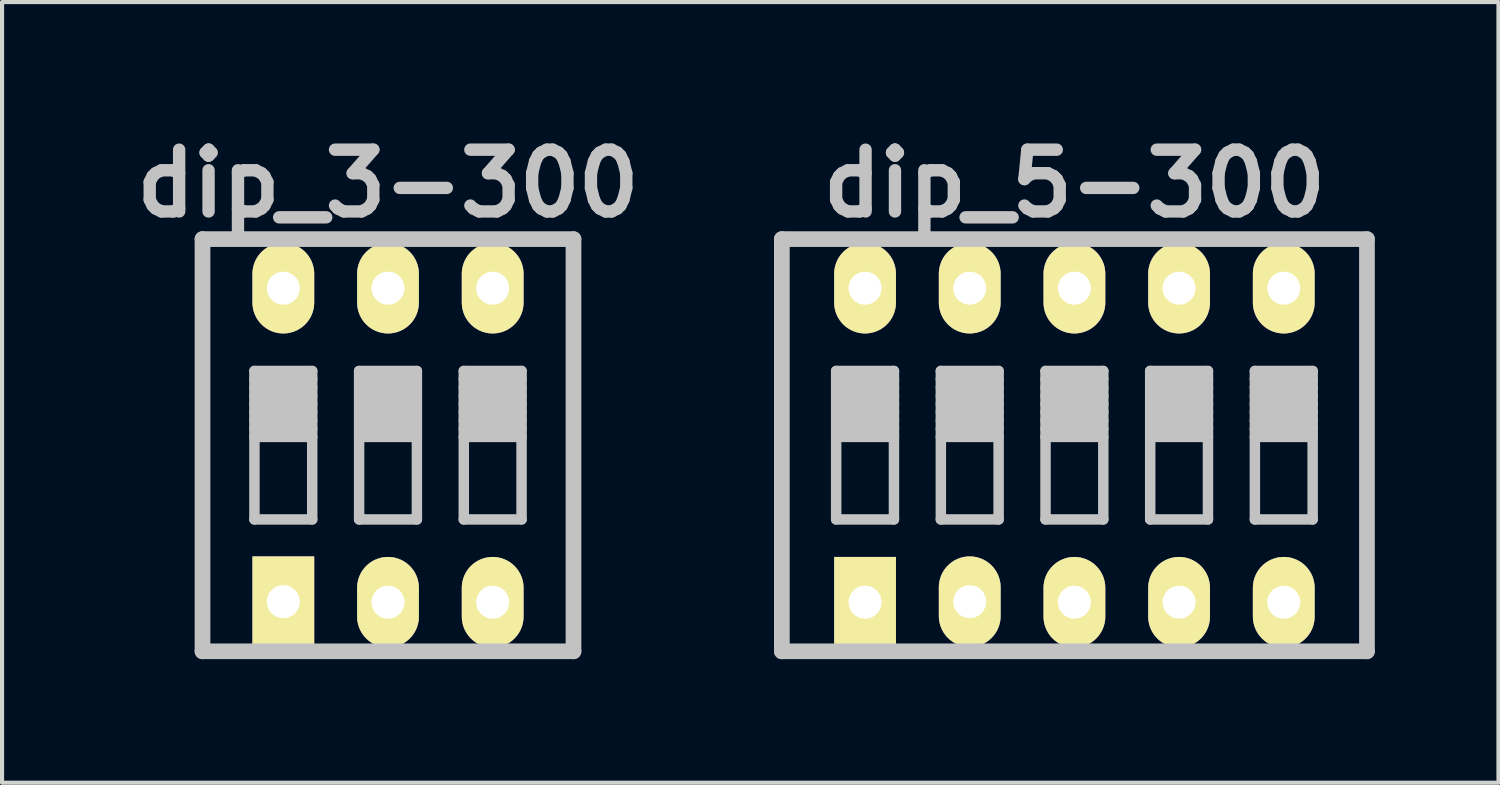
<source format=kicad_pcb>
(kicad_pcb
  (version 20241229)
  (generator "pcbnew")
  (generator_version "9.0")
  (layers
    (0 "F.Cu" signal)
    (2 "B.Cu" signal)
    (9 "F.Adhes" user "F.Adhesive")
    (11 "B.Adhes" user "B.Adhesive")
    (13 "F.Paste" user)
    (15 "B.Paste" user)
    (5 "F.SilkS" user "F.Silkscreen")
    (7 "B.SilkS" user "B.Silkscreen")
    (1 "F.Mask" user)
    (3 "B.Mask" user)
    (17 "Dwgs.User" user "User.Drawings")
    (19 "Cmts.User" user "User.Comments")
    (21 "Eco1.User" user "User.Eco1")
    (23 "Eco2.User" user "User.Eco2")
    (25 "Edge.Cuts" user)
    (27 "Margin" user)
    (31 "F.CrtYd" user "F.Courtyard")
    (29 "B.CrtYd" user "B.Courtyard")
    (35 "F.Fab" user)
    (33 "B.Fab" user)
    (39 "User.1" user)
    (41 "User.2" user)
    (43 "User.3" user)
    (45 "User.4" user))
  (footprint "dip_3-300"
    (layer "F.Cu")
    (at 6.365 7.753)
    (property "Reference" "dip_3-300" (at 0 -6.35 0) (layer "Dwgs.User") (effects (font (size 1.499 1.499) (thickness 0.3))))
    (attr through_hole)
    (fp_line (start -4.501 -5.001) (end 4.501 -5.001) (stroke (width 0.381) (type solid)) (layer "Dwgs.User"))
    (fp_line (start -4.501 5.001) (end -4.501 -5.001) (stroke (width 0.381) (type solid)) (layer "Dwgs.User"))
    (fp_line (start -3.241 -1.801) (end -3.241 1.801) (stroke (width 0.254) (type solid)) (layer "Dwgs.User"))
    (fp_line (start -3.241 -1.6) (end -1.839 -1.6) (stroke (width 0.254) (type solid)) (layer "Dwgs.User"))
    (fp_line (start -3.241 -1.4) (end -1.839 -1.4) (stroke (width 0.254) (type solid)) (layer "Dwgs.User"))
    (fp_line (start -3.241 -1.201) (end -1.839 -1.201) (stroke (width 0.254) (type solid)) (layer "Dwgs.User"))
    (fp_line (start -3.241 -1.001) (end -1.839 -1.001) (stroke (width 0.254) (type solid)) (layer "Dwgs.User"))
    (fp_line (start -3.241 -0.8) (end -1.839 -0.8) (stroke (width 0.254) (type solid)) (layer "Dwgs.User"))
    (fp_line (start -3.241 -0.599) (end -1.839 -0.599) (stroke (width 0.254) (type solid)) (layer "Dwgs.User"))
    (fp_line (start -3.241 -0.401) (end -1.839 -0.401) (stroke (width 0.254) (type solid)) (layer "Dwgs.User"))
    (fp_line (start -3.241 -0.201) (end -1.839 -0.201) (stroke (width 0.254) (type solid)) (layer "Dwgs.User"))
    (fp_line (start -3.241 1.801) (end -1.839 1.801) (stroke (width 0.254) (type solid)) (layer "Dwgs.User"))
    (fp_line (start -1.839 -1.801) (end -3.241 -1.801) (stroke (width 0.254) (type solid)) (layer "Dwgs.User"))
    (fp_line (start -1.839 1.801) (end -1.839 -1.801) (stroke (width 0.254) (type solid)) (layer "Dwgs.User"))
    (fp_line (start -0.701 -1.801) (end -0.701 1.801) (stroke (width 0.254) (type solid)) (layer "Dwgs.User"))
    (fp_line (start -0.701 -1.6) (end 0.701 -1.6) (stroke (width 0.254) (type solid)) (layer "Dwgs.User"))
    (fp_line (start -0.701 -1.4) (end 0.701 -1.4) (stroke (width 0.254) (type solid)) (layer "Dwgs.User"))
    (fp_line (start -0.701 -1.201) (end 0.701 -1.201) (stroke (width 0.254) (type solid)) (layer "Dwgs.User"))
    (fp_line (start -0.701 -1.001) (end 0.701 -1.001) (stroke (width 0.254) (type solid)) (layer "Dwgs.User"))
    (fp_line (start -0.701 -0.8) (end 0.701 -0.8) (stroke (width 0.254) (type solid)) (layer "Dwgs.User"))
    (fp_line (start -0.701 -0.599) (end 0.701 -0.599) (stroke (width 0.254) (type solid)) (layer "Dwgs.User"))
    (fp_line (start -0.701 -0.401) (end 0.701 -0.401) (stroke (width 0.254) (type solid)) (layer "Dwgs.User"))
    (fp_line (start -0.701 -0.201) (end 0.701 -0.201) (stroke (width 0.254) (type solid)) (layer "Dwgs.User"))
    (fp_line (start -0.701 1.801) (end 0.701 1.801) (stroke (width 0.254) (type solid)) (layer "Dwgs.User"))
    (fp_line (start 0.701 -1.801) (end -0.701 -1.801) (stroke (width 0.254) (type solid)) (layer "Dwgs.User"))
    (fp_line (start 0.701 1.801) (end 0.701 -1.801) (stroke (width 0.254) (type solid)) (layer "Dwgs.User"))
    (fp_line (start 1.839 -1.801) (end 1.839 1.801) (stroke (width 0.254) (type solid)) (layer "Dwgs.User"))
    (fp_line (start 1.839 -1.6) (end 3.241 -1.6) (stroke (width 0.254) (type solid)) (layer "Dwgs.User"))
    (fp_line (start 1.839 -1.4) (end 3.241 -1.4) (stroke (width 0.254) (type solid)) (layer "Dwgs.User"))
    (fp_line (start 1.839 -1.201) (end 3.241 -1.201) (stroke (width 0.254) (type solid)) (layer "Dwgs.User"))
    (fp_line (start 1.839 -1.001) (end 3.241 -1.001) (stroke (width 0.254) (type solid)) (layer "Dwgs.User"))
    (fp_line (start 1.839 -0.8) (end 3.241 -0.8) (stroke (width 0.254) (type solid)) (layer "Dwgs.User"))
    (fp_line (start 1.839 -0.599) (end 3.241 -0.599) (stroke (width 0.254) (type solid)) (layer "Dwgs.User"))
    (fp_line (start 1.839 -0.401) (end 3.241 -0.401) (stroke (width 0.254) (type solid)) (layer "Dwgs.User"))
    (fp_line (start 1.839 -0.201) (end 3.241 -0.201) (stroke (width 0.254) (type solid)) (layer "Dwgs.User"))
    (fp_line (start 1.839 1.801) (end 3.241 1.801) (stroke (width 0.254) (type solid)) (layer "Dwgs.User"))
    (fp_line (start 3.241 -1.801) (end 1.839 -1.801) (stroke (width 0.254) (type solid)) (layer "Dwgs.User"))
    (fp_line (start 3.241 1.801) (end 3.241 -1.801) (stroke (width 0.254) (type solid)) (layer "Dwgs.User"))
    (fp_line (start 4.501 -4.999) (end 4.501 5.001) (stroke (width 0.381) (type solid)) (layer "Dwgs.User"))
    (fp_line (start 4.501 5.001) (end -4.501 5.001) (stroke (width 0.381) (type solid)) (layer "Dwgs.User"))
    (pad "1" thru_hole rect (at -2.54 3.797) (size 1.499 2.197) (drill 0.8) (layers "*.Cu" "*.Mask" "F.SilkS"))
    (pad "2" thru_hole oval (at 0 3.81) (size 1.499 2.197) (drill 0.8) (layers "*.Cu" "*.Mask" "F.SilkS"))
    (pad "3" thru_hole oval (at 2.54 3.81) (size 1.499 2.197) (drill 0.8) (layers "*.Cu" "*.Mask" "F.SilkS"))
    (pad "4" thru_hole oval (at 2.54 -3.81) (size 1.499 2.197) (drill 0.8) (layers "*.Cu" "*.Mask" "F.SilkS"))
    (pad "5" thru_hole oval (at 0 -3.81) (size 1.499 2.197) (drill 0.8) (layers "*.Cu" "*.Mask" "F.SilkS"))
    (pad "6" thru_hole oval (at -2.54 -3.81) (size 1.499 2.197) (drill 0.8) (layers "*.Cu" "*.Mask" "F.SilkS")))
  (footprint "dip_5-300"
    (layer "F.Cu")
    (at 23.021 7.753)
    (property "Reference" "dip_5-300" (at 0 -6.35 0) (layer "Dwgs.User") (effects (font (size 1.499 1.499) (thickness 0.3))))
    (attr through_hole)
    (fp_line (start -7.099 5.001) (end -7.099 -5.001) (stroke (width 0.381) (type solid)) (layer "Dwgs.User"))
    (fp_line (start -7.099 5.001) (end 7.099 5.001) (stroke (width 0.381) (type solid)) (layer "Dwgs.User"))
    (fp_line (start -5.781 -1.801) (end -5.781 1.801) (stroke (width 0.254) (type solid)) (layer "Dwgs.User"))
    (fp_line (start -5.781 -1.6) (end -4.379 -1.6) (stroke (width 0.254) (type solid)) (layer "Dwgs.User"))
    (fp_line (start -5.781 -1.4) (end -4.379 -1.4) (stroke (width 0.254) (type solid)) (layer "Dwgs.User"))
    (fp_line (start -5.781 -1.201) (end -4.379 -1.201) (stroke (width 0.254) (type solid)) (layer "Dwgs.User"))
    (fp_line (start -5.781 -1.001) (end -4.379 -1.001) (stroke (width 0.254) (type solid)) (layer "Dwgs.User"))
    (fp_line (start -5.781 -0.8) (end -4.379 -0.8) (stroke (width 0.254) (type solid)) (layer "Dwgs.User"))
    (fp_line (start -5.781 -0.599) (end -4.379 -0.599) (stroke (width 0.254) (type solid)) (layer "Dwgs.User"))
    (fp_line (start -5.781 -0.401) (end -4.379 -0.401) (stroke (width 0.254) (type solid)) (layer "Dwgs.User"))
    (fp_line (start -5.781 -0.201) (end -4.379 -0.201) (stroke (width 0.254) (type solid)) (layer "Dwgs.User"))
    (fp_line (start -5.781 1.801) (end -4.379 1.801) (stroke (width 0.254) (type solid)) (layer "Dwgs.User"))
    (fp_line (start -4.379 -1.801) (end -5.781 -1.801) (stroke (width 0.254) (type solid)) (layer "Dwgs.User"))
    (fp_line (start -4.379 1.801) (end -4.379 -1.801) (stroke (width 0.254) (type solid)) (layer "Dwgs.User"))
    (fp_line (start -3.241 -1.801) (end -3.241 1.801) (stroke (width 0.254) (type solid)) (layer "Dwgs.User"))
    (fp_line (start -3.241 -1.6) (end -1.839 -1.6) (stroke (width 0.254) (type solid)) (layer "Dwgs.User"))
    (fp_line (start -3.241 -1.4) (end -1.839 -1.4) (stroke (width 0.254) (type solid)) (layer "Dwgs.User"))
    (fp_line (start -3.241 -1.201) (end -1.839 -1.201) (stroke (width 0.254) (type solid)) (layer "Dwgs.User"))
    (fp_line (start -3.241 -1.001) (end -1.839 -1.001) (stroke (width 0.254) (type solid)) (layer "Dwgs.User"))
    (fp_line (start -3.241 -0.8) (end -1.839 -0.8) (stroke (width 0.254) (type solid)) (layer "Dwgs.User"))
    (fp_line (start -3.241 -0.599) (end -1.839 -0.599) (stroke (width 0.254) (type solid)) (layer "Dwgs.User"))
    (fp_line (start -3.241 -0.401) (end -1.839 -0.401) (stroke (width 0.254) (type solid)) (layer "Dwgs.User"))
    (fp_line (start -3.241 -0.201) (end -1.839 -0.201) (stroke (width 0.254) (type solid)) (layer "Dwgs.User"))
    (fp_line (start -3.241 1.801) (end -1.839 1.801) (stroke (width 0.254) (type solid)) (layer "Dwgs.User"))
    (fp_line (start -1.839 -1.801) (end -3.241 -1.801) (stroke (width 0.254) (type solid)) (layer "Dwgs.User"))
    (fp_line (start -1.839 1.801) (end -1.839 -1.801) (stroke (width 0.254) (type solid)) (layer "Dwgs.User"))
    (fp_line (start -0.701 -1.801) (end -0.701 1.801) (stroke (width 0.254) (type solid)) (layer "Dwgs.User"))
    (fp_line (start -0.701 -1.6) (end 0.701 -1.6) (stroke (width 0.254) (type solid)) (layer "Dwgs.User"))
    (fp_line (start -0.701 -1.4) (end 0.701 -1.4) (stroke (width 0.254) (type solid)) (layer "Dwgs.User"))
    (fp_line (start -0.701 -1.201) (end 0.701 -1.201) (stroke (width 0.254) (type solid)) (layer "Dwgs.User"))
    (fp_line (start -0.701 -1.001) (end 0.701 -1.001) (stroke (width 0.254) (type solid)) (layer "Dwgs.User"))
    (fp_line (start -0.701 -0.8) (end 0.701 -0.8) (stroke (width 0.254) (type solid)) (layer "Dwgs.User"))
    (fp_line (start -0.701 -0.599) (end 0.701 -0.599) (stroke (width 0.254) (type solid)) (layer "Dwgs.User"))
    (fp_line (start -0.701 -0.401) (end 0.701 -0.401) (stroke (width 0.254) (type solid)) (layer "Dwgs.User"))
    (fp_line (start -0.701 -0.201) (end 0.701 -0.201) (stroke (width 0.254) (type solid)) (layer "Dwgs.User"))
    (fp_line (start -0.701 1.801) (end 0.701 1.801) (stroke (width 0.254) (type solid)) (layer "Dwgs.User"))
    (fp_line (start 0.701 -1.801) (end -0.701 -1.801) (stroke (width 0.254) (type solid)) (layer "Dwgs.User"))
    (fp_line (start 0.701 1.801) (end 0.701 -1.801) (stroke (width 0.254) (type solid)) (layer "Dwgs.User"))
    (fp_line (start 1.839 -1.801) (end 1.839 1.801) (stroke (width 0.254) (type solid)) (layer "Dwgs.User"))
    (fp_line (start 1.839 -1.6) (end 3.241 -1.6) (stroke (width 0.254) (type solid)) (layer "Dwgs.User"))
    (fp_line (start 1.839 -1.4) (end 3.241 -1.4) (stroke (width 0.254) (type solid)) (layer "Dwgs.User"))
    (fp_line (start 1.839 -1.201) (end 3.241 -1.201) (stroke (width 0.254) (type solid)) (layer "Dwgs.User"))
    (fp_line (start 1.839 -1.001) (end 3.241 -1.001) (stroke (width 0.254) (type solid)) (layer "Dwgs.User"))
    (fp_line (start 1.839 -0.8) (end 3.241 -0.8) (stroke (width 0.254) (type solid)) (layer "Dwgs.User"))
    (fp_line (start 1.839 -0.599) (end 3.241 -0.599) (stroke (width 0.254) (type solid)) (layer "Dwgs.User"))
    (fp_line (start 1.839 -0.401) (end 3.241 -0.401) (stroke (width 0.254) (type solid)) (layer "Dwgs.User"))
    (fp_line (start 1.839 -0.201) (end 3.241 -0.201) (stroke (width 0.254) (type solid)) (layer "Dwgs.User"))
    (fp_line (start 1.839 1.801) (end 3.241 1.801) (stroke (width 0.254) (type solid)) (layer "Dwgs.User"))
    (fp_line (start 3.241 -1.801) (end 1.839 -1.801) (stroke (width 0.254) (type solid)) (layer "Dwgs.User"))
    (fp_line (start 3.241 1.801) (end 3.241 -1.801) (stroke (width 0.254) (type solid)) (layer "Dwgs.User"))
    (fp_line (start 4.379 -1.801) (end 4.379 1.801) (stroke (width 0.254) (type solid)) (layer "Dwgs.User"))
    (fp_line (start 4.379 -1.6) (end 5.781 -1.6) (stroke (width 0.254) (type solid)) (layer "Dwgs.User"))
    (fp_line (start 4.379 -1.4) (end 5.781 -1.4) (stroke (width 0.254) (type solid)) (layer "Dwgs.User"))
    (fp_line (start 4.379 -1.201) (end 5.781 -1.201) (stroke (width 0.254) (type solid)) (layer "Dwgs.User"))
    (fp_line (start 4.379 -1.001) (end 5.781 -1.001) (stroke (width 0.254) (type solid)) (layer "Dwgs.User"))
    (fp_line (start 4.379 -0.8) (end 5.781 -0.8) (stroke (width 0.254) (type solid)) (layer "Dwgs.User"))
    (fp_line (start 4.379 -0.599) (end 5.781 -0.599) (stroke (width 0.254) (type solid)) (layer "Dwgs.User"))
    (fp_line (start 4.379 -0.401) (end 5.781 -0.401) (stroke (width 0.254) (type solid)) (layer "Dwgs.User"))
    (fp_line (start 4.379 -0.201) (end 5.781 -0.201) (stroke (width 0.254) (type solid)) (layer "Dwgs.User"))
    (fp_line (start 4.379 1.801) (end 5.781 1.801) (stroke (width 0.254) (type solid)) (layer "Dwgs.User"))
    (fp_line (start 5.781 -1.801) (end 4.379 -1.801) (stroke (width 0.254) (type solid)) (layer "Dwgs.User"))
    (fp_line (start 5.781 1.801) (end 5.781 -1.801) (stroke (width 0.254) (type solid)) (layer "Dwgs.User"))
    (fp_line (start 7.099 -5.001) (end -7.099 -5.001) (stroke (width 0.381) (type solid)) (layer "Dwgs.User"))
    (fp_line (start 7.099 -4.999) (end 7.099 5.001) (stroke (width 0.381) (type solid)) (layer "Dwgs.User"))
    (pad "1" thru_hole rect (at -5.08 3.81) (size 1.499 2.197) (drill 0.8) (layers "*.Cu" "*.Mask" "F.SilkS"))
    (pad "2" thru_hole oval (at -2.54 3.797) (size 1.499 2.197) (drill 0.8) (layers "*.Cu" "*.Mask" "F.SilkS"))
    (pad "3" thru_hole oval (at 0 3.81) (size 1.499 2.197) (drill 0.8) (layers "*.Cu" "*.Mask" "F.SilkS"))
    (pad "4" thru_hole oval (at 2.54 3.81) (size 1.499 2.197) (drill 0.8) (layers "*.Cu" "*.Mask" "F.SilkS"))
    (pad "5" thru_hole oval (at 5.08 3.81) (size 1.499 2.197) (drill 0.8) (layers "*.Cu" "*.Mask" "F.SilkS"))
    (pad "6" thru_hole oval (at 5.08 -3.81) (size 1.499 2.197) (drill 0.8) (layers "*.Cu" "*.Mask" "F.SilkS"))
    (pad "7" thru_hole oval (at 2.54 -3.81) (size 1.499 2.197) (drill 0.8) (layers "*.Cu" "*.Mask" "F.SilkS"))
    (pad "8" thru_hole oval (at 0 -3.81) (size 1.499 2.197) (drill 0.8) (layers "*.Cu" "*.Mask" "F.SilkS"))
    (pad "9" thru_hole oval (at -2.54 -3.81) (size 1.499 2.197) (drill 0.8) (layers "*.Cu" "*.Mask" "F.SilkS"))
    (pad "10" thru_hole oval (at -5.08 -3.81) (size 1.499 2.197) (drill 0.8) (layers "*.Cu" "*.Mask" "F.SilkS")))
  (gr_rect
    (start -3 -3)
    (end 33.311 15.944)
    (stroke (width 0.1) (type default))
    (fill no)
    (layer "Edge.Cuts")))
</source>
